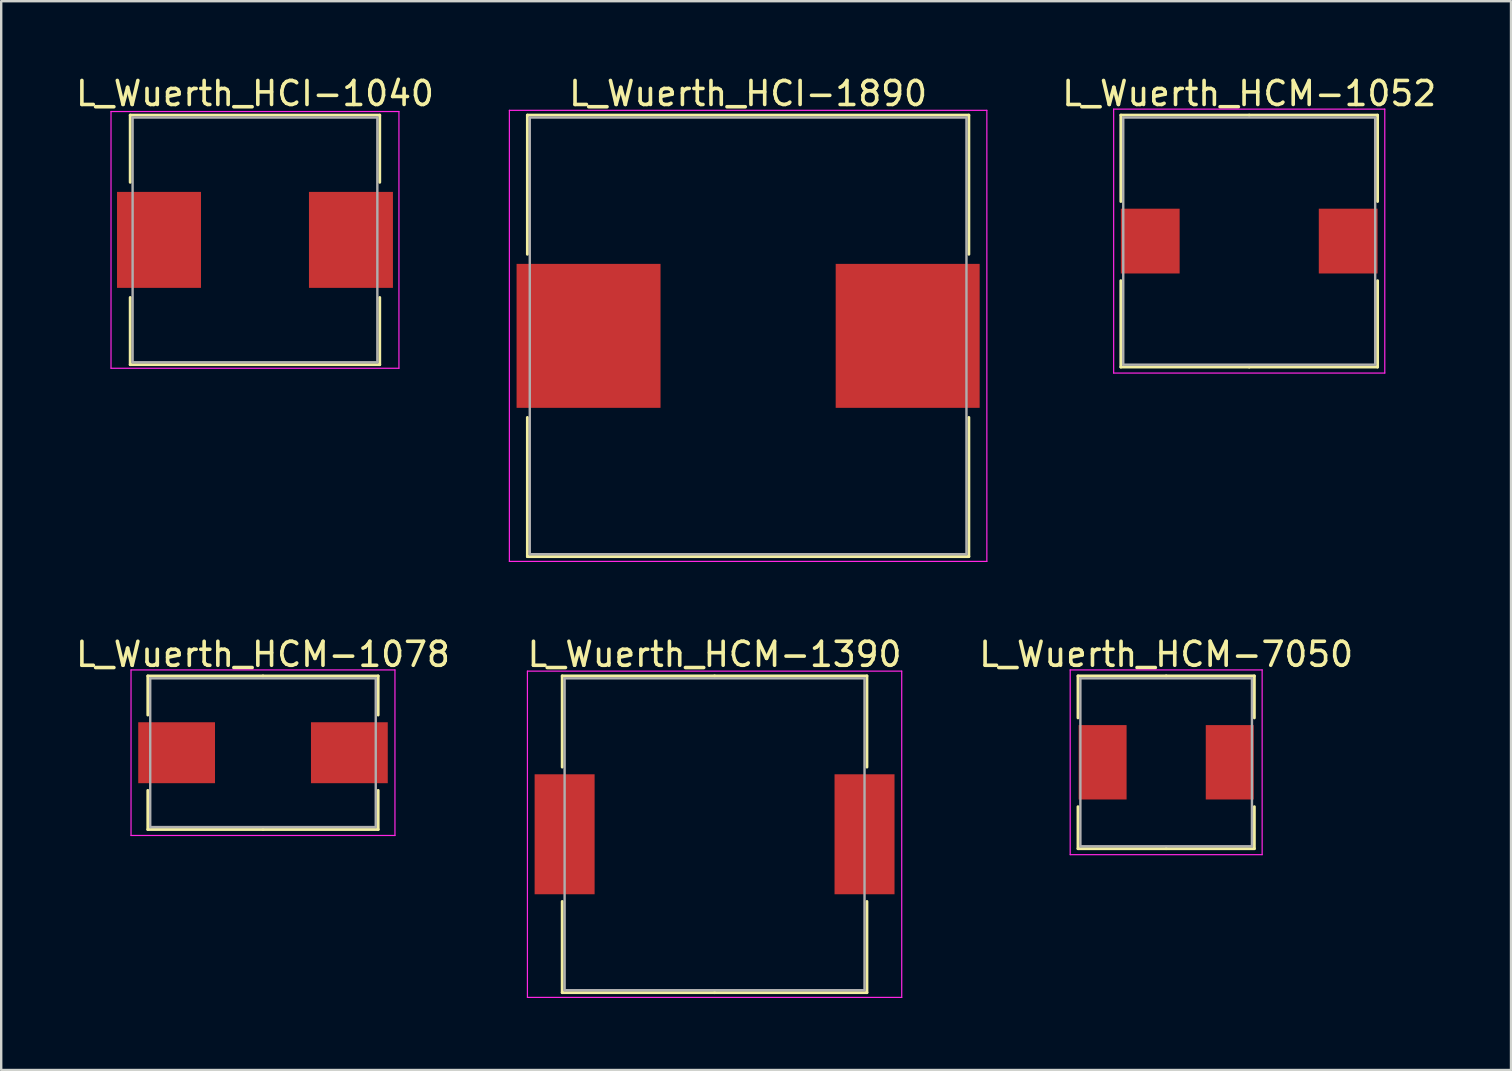
<source format=kicad_pcb>
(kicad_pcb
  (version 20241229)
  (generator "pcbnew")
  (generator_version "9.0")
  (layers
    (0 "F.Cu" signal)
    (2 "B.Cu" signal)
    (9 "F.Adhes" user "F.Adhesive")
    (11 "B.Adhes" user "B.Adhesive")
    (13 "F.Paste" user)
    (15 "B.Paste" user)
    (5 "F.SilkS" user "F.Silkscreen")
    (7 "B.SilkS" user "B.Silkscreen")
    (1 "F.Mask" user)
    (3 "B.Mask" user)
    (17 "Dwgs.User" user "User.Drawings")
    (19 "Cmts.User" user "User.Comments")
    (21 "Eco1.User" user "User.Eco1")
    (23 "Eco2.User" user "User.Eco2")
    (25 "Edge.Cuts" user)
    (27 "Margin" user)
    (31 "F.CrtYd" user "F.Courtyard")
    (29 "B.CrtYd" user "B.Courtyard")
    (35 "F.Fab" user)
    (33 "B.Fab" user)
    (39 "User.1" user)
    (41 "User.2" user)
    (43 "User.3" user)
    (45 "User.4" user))
  (footprint "L_Wuerth_HCM-1390"
    (layer "F.Cu")
    (at 26.732 31.721)
    (property "Reference" "L_Wuerth_HCM-1390" (at 0 -7.5 0) (layer "F.SilkS") (effects (font (size 1 1) (thickness 0.15))))
    (attr smd)
    (fp_line (start -6.35 -6.6) (end 0 -6.6) (stroke (width 0.12) (type solid)) (layer "F.SilkS"))
    (fp_line (start -6.35 -2.8) (end -6.35 -6.6) (stroke (width 0.12) (type solid)) (layer "F.SilkS"))
    (fp_line (start -6.35 2.8) (end -6.35 6.6) (stroke (width 0.12) (type solid)) (layer "F.SilkS"))
    (fp_line (start -6.35 6.6) (end 0 6.6) (stroke (width 0.12) (type solid)) (layer "F.SilkS"))
    (fp_line (start 6.35 -6.6) (end 0 -6.6) (stroke (width 0.12) (type solid)) (layer "F.SilkS"))
    (fp_line (start 6.35 -2.8) (end 6.35 -6.6) (stroke (width 0.12) (type solid)) (layer "F.SilkS"))
    (fp_line (start 6.35 2.8) (end 6.35 6.6) (stroke (width 0.12) (type solid)) (layer "F.SilkS"))
    (fp_line (start 6.35 6.6) (end 0 6.6) (stroke (width 0.12) (type solid)) (layer "F.SilkS"))
    (fp_line (start -7.8 -6.8) (end -7.8 6.8) (stroke (width 0.05) (type solid)) (layer "F.CrtYd"))
    (fp_line (start -7.8 6.8) (end 7.8 6.8) (stroke (width 0.05) (type solid)) (layer "F.CrtYd"))
    (fp_line (start 7.8 -6.8) (end -7.8 -6.8) (stroke (width 0.05) (type solid)) (layer "F.CrtYd"))
    (fp_line (start 7.8 6.8) (end 7.8 -6.8) (stroke (width 0.05) (type solid)) (layer "F.CrtYd"))
    (fp_line (start -6.25 -6.5) (end -6.25 6.5) (stroke (width 0.1) (type solid)) (layer "F.Fab"))
    (fp_line (start -6.25 6.5) (end 6.25 6.5) (stroke (width 0.1) (type solid)) (layer "F.Fab"))
    (fp_line (start 6.25 -6.5) (end -6.25 -6.5) (stroke (width 0.1) (type solid)) (layer "F.Fab"))
    (fp_line (start 6.25 6.5) (end 6.25 -6.5) (stroke (width 0.1) (type solid)) (layer "F.Fab"))
    (pad "1" smd rect (at -6.25 0) (size 2.5 5) (layers "F.Cu" "F.Mask" "F.Paste"))
    (pad "2" smd rect (at 6.25 0) (size 2.5 5) (layers "F.Cu" "F.Mask" "F.Paste")))
  (footprint "L_Wuerth_HCM-1052"
    (layer "F.Cu")
    (at 49.015 6.998)
    (property "Reference" "L_Wuerth_HCM-1052" (at 0 -6.15 0) (layer "F.SilkS") (effects (font (size 1 1) (thickness 0.15))))
    (attr smd)
    (fp_line (start -5.35 -5.25) (end 0 -5.25) (stroke (width 0.12) (type solid)) (layer "F.SilkS"))
    (fp_line (start -5.35 -1.65) (end -5.35 -5.25) (stroke (width 0.12) (type solid)) (layer "F.SilkS"))
    (fp_line (start -5.35 1.65) (end -5.35 5.25) (stroke (width 0.12) (type solid)) (layer "F.SilkS"))
    (fp_line (start -5.35 5.25) (end 0 5.25) (stroke (width 0.12) (type solid)) (layer "F.SilkS"))
    (fp_line (start 5.35 -5.25) (end 0 -5.25) (stroke (width 0.12) (type solid)) (layer "F.SilkS"))
    (fp_line (start 5.35 -1.65) (end 5.35 -5.25) (stroke (width 0.12) (type solid)) (layer "F.SilkS"))
    (fp_line (start 5.35 1.65) (end 5.35 5.25) (stroke (width 0.12) (type solid)) (layer "F.SilkS"))
    (fp_line (start 5.35 5.25) (end 0 5.25) (stroke (width 0.12) (type solid)) (layer "F.SilkS"))
    (fp_line (start -5.65 -5.5) (end -5.65 5.5) (stroke (width 0.05) (type solid)) (layer "F.CrtYd"))
    (fp_line (start -5.65 5.5) (end 5.65 5.5) (stroke (width 0.05) (type solid)) (layer "F.CrtYd"))
    (fp_line (start 5.65 -5.5) (end -5.65 -5.5) (stroke (width 0.05) (type solid)) (layer "F.CrtYd"))
    (fp_line (start 5.65 5.5) (end 5.65 -5.5) (stroke (width 0.05) (type solid)) (layer "F.CrtYd"))
    (fp_line (start -5.25 -5.15) (end -5.25 5.15) (stroke (width 0.1) (type solid)) (layer "F.Fab"))
    (fp_line (start -5.25 5.15) (end 5.25 5.15) (stroke (width 0.1) (type solid)) (layer "F.Fab"))
    (fp_line (start 5.25 -5.15) (end -5.25 -5.15) (stroke (width 0.1) (type solid)) (layer "F.Fab"))
    (fp_line (start 5.25 5.15) (end 5.25 -5.15) (stroke (width 0.1) (type solid)) (layer "F.Fab"))
    (pad "1" smd rect (at -4.125 0) (size 2.45 2.7) (layers "F.Cu" "F.Mask" "F.Paste"))
    (pad "2" smd rect (at 4.125 0) (size 2.45 2.7) (layers "F.Cu" "F.Mask" "F.Paste")))
  (footprint "L_Wuerth_HCI-1040"
    (layer "F.Cu")
    (at 7.577 6.948)
    (property "Reference" "L_Wuerth_HCI-1040" (at 0 -6.1 0) (layer "F.SilkS") (effects (font (size 1 1) (thickness 0.15))))
    (attr smd)
    (fp_line (start -5.2 -5.2) (end 5.2 -5.2) (stroke (width 0.12) (type solid)) (layer "F.SilkS"))
    (fp_line (start -5.2 -2.4) (end -5.2 -5.2) (stroke (width 0.12) (type solid)) (layer "F.SilkS"))
    (fp_line (start -5.2 2.4) (end -5.2 5.2) (stroke (width 0.12) (type solid)) (layer "F.SilkS"))
    (fp_line (start -5.2 5.2) (end 5.2 5.2) (stroke (width 0.12) (type solid)) (layer "F.SilkS"))
    (fp_line (start 5.2 -5.2) (end 5.2 -2.4) (stroke (width 0.12) (type solid)) (layer "F.SilkS"))
    (fp_line (start 5.2 5.2) (end 5.2 2.4) (stroke (width 0.12) (type solid)) (layer "F.SilkS"))
    (fp_line (start -6 -5.35) (end -6 5.35) (stroke (width 0.05) (type solid)) (layer "F.CrtYd"))
    (fp_line (start -6 5.35) (end 6 5.35) (stroke (width 0.05) (type solid)) (layer "F.CrtYd"))
    (fp_line (start 6 -5.35) (end -6 -5.35) (stroke (width 0.05) (type solid)) (layer "F.CrtYd"))
    (fp_line (start 6 5.35) (end 6 -5.35) (stroke (width 0.05) (type solid)) (layer "F.CrtYd"))
    (fp_line (start -5.1 -5.1) (end -5.1 5.1) (stroke (width 0.1) (type solid)) (layer "F.Fab"))
    (fp_line (start -5.1 5.1) (end 5.1 5.1) (stroke (width 0.1) (type solid)) (layer "F.Fab"))
    (fp_line (start 5.1 -5.1) (end -5.1 -5.1) (stroke (width 0.1) (type solid)) (layer "F.Fab"))
    (fp_line (start 5.1 5.1) (end 5.1 -5.1) (stroke (width 0.1) (type solid)) (layer "F.Fab"))
    (pad "1" smd rect (at -4 0) (size 3.5 4) (layers "F.Cu" "F.Mask" "F.Paste"))
    (pad "2" smd rect (at 4 0) (size 3.5 4) (layers "F.Cu" "F.Mask" "F.Paste")))
  (footprint "L_Wuerth_HCM-1078"
    (layer "F.Cu")
    (at 7.911 28.322)
    (property "Reference" "L_Wuerth_HCM-1078" (at 0 -4.1 0) (layer "F.SilkS") (effects (font (size 1 1) (thickness 0.15))))
    (attr smd)
    (fp_line (start -4.8 -3.2) (end 0 -3.2) (stroke (width 0.12) (type solid)) (layer "F.SilkS"))
    (fp_line (start -4.8 -1.57) (end -4.8 -3.2) (stroke (width 0.12) (type solid)) (layer "F.SilkS"))
    (fp_line (start -4.8 1.57) (end -4.8 3.2) (stroke (width 0.12) (type solid)) (layer "F.SilkS"))
    (fp_line (start -4.8 3.2) (end 0 3.2) (stroke (width 0.12) (type solid)) (layer "F.SilkS"))
    (fp_line (start 4.8 -3.2) (end 0 -3.2) (stroke (width 0.12) (type solid)) (layer "F.SilkS"))
    (fp_line (start 4.8 -1.57) (end 4.8 -3.2) (stroke (width 0.12) (type solid)) (layer "F.SilkS"))
    (fp_line (start 4.8 1.57) (end 4.8 3.2) (stroke (width 0.12) (type solid)) (layer "F.SilkS"))
    (fp_line (start 4.8 3.2) (end 0 3.2) (stroke (width 0.12) (type solid)) (layer "F.SilkS"))
    (fp_line (start -5.5 -3.45) (end -5.5 3.45) (stroke (width 0.05) (type solid)) (layer "F.CrtYd"))
    (fp_line (start -5.5 3.45) (end 5.5 3.45) (stroke (width 0.05) (type solid)) (layer "F.CrtYd"))
    (fp_line (start 5.5 -3.45) (end -5.5 -3.45) (stroke (width 0.05) (type solid)) (layer "F.CrtYd"))
    (fp_line (start 5.5 3.45) (end 5.5 -3.45) (stroke (width 0.05) (type solid)) (layer "F.CrtYd"))
    (fp_line (start -4.7 -3.1) (end -4.7 3.1) (stroke (width 0.1) (type solid)) (layer "F.Fab"))
    (fp_line (start -4.7 3.1) (end 4.7 3.1) (stroke (width 0.1) (type solid)) (layer "F.Fab"))
    (fp_line (start 4.7 -3.1) (end -4.7 -3.1) (stroke (width 0.1) (type solid)) (layer "F.Fab"))
    (fp_line (start 4.7 3.1) (end 4.7 -3.1) (stroke (width 0.1) (type solid)) (layer "F.Fab"))
    (pad "1" smd rect (at -3.6 0) (size 3.2 2.54) (layers "F.Cu" "F.Mask" "F.Paste"))
    (pad "2" smd rect (at 3.6 0) (size 3.2 2.54) (layers "F.Cu" "F.Mask" "F.Paste")))
  (footprint "L_Wuerth_HCI-1890"
    (layer "F.Cu")
    (at 28.13 10.948)
    (property "Reference" "L_Wuerth_HCI-1890" (at 0 -10.1 0) (layer "F.SilkS") (effects (font (size 1 1) (thickness 0.15))))
    (attr smd)
    (fp_line (start -9.2 -9.2) (end 9.2 -9.2) (stroke (width 0.12) (type solid)) (layer "F.SilkS"))
    (fp_line (start -9.2 -3.4) (end -9.2 -9.2) (stroke (width 0.12) (type solid)) (layer "F.SilkS"))
    (fp_line (start -9.2 3.4) (end -9.2 9.2) (stroke (width 0.12) (type solid)) (layer "F.SilkS"))
    (fp_line (start -9.2 9.2) (end 9.2 9.2) (stroke (width 0.12) (type solid)) (layer "F.SilkS"))
    (fp_line (start 9.2 -9.2) (end 9.2 -3.4) (stroke (width 0.12) (type solid)) (layer "F.SilkS"))
    (fp_line (start 9.2 9.2) (end 9.2 3.4) (stroke (width 0.12) (type solid)) (layer "F.SilkS"))
    (fp_line (start -9.95 -9.4) (end -9.95 9.4) (stroke (width 0.05) (type solid)) (layer "F.CrtYd"))
    (fp_line (start -9.95 9.4) (end 9.95 9.4) (stroke (width 0.05) (type solid)) (layer "F.CrtYd"))
    (fp_line (start 9.95 -9.4) (end -9.95 -9.4) (stroke (width 0.05) (type solid)) (layer "F.CrtYd"))
    (fp_line (start 9.95 9.4) (end 9.95 -9.4) (stroke (width 0.05) (type solid)) (layer "F.CrtYd"))
    (fp_line (start -9.1 -9.1) (end -9.1 9.1) (stroke (width 0.1) (type solid)) (layer "F.Fab"))
    (fp_line (start -9.1 9.1) (end 9.1 9.1) (stroke (width 0.1) (type solid)) (layer "F.Fab"))
    (fp_line (start 9.1 -9.1) (end -9.1 -9.1) (stroke (width 0.1) (type solid)) (layer "F.Fab"))
    (fp_line (start 9.1 9.1) (end 9.1 -9.1) (stroke (width 0.1) (type solid)) (layer "F.Fab"))
    (pad "1" smd rect (at -6.65 0) (size 6 6) (layers "F.Cu" "F.Mask" "F.Paste"))
    (pad "2" smd rect (at 6.65 0) (size 6 6) (layers "F.Cu" "F.Mask" "F.Paste")))
  (footprint "L_Wuerth_HCM-7050"
    (layer "F.Cu")
    (at 45.554 28.721)
    (property "Reference" "L_Wuerth_HCM-7050" (at 0 -4.5 0) (layer "F.SilkS") (effects (font (size 1 1) (thickness 0.15))))
    (attr smd)
    (fp_line (start -3.675 -3.6) (end 0 -3.6) (stroke (width 0.12) (type solid)) (layer "F.SilkS"))
    (fp_line (start -3.675 -1.85) (end -3.675 -3.6) (stroke (width 0.12) (type solid)) (layer "F.SilkS"))
    (fp_line (start -3.675 1.85) (end -3.675 3.6) (stroke (width 0.12) (type solid)) (layer "F.SilkS"))
    (fp_line (start -3.675 3.6) (end 0 3.6) (stroke (width 0.12) (type solid)) (layer "F.SilkS"))
    (fp_line (start 3.675 -3.6) (end 0 -3.6) (stroke (width 0.12) (type solid)) (layer "F.SilkS"))
    (fp_line (start 3.675 -1.85) (end 3.675 -3.6) (stroke (width 0.12) (type solid)) (layer "F.SilkS"))
    (fp_line (start 3.675 1.85) (end 3.675 3.6) (stroke (width 0.12) (type solid)) (layer "F.SilkS"))
    (fp_line (start 3.675 3.6) (end 0 3.6) (stroke (width 0.12) (type solid)) (layer "F.SilkS"))
    (fp_line (start -4 -3.85) (end -4 3.85) (stroke (width 0.05) (type solid)) (layer "F.CrtYd"))
    (fp_line (start -4 3.85) (end 4 3.85) (stroke (width 0.05) (type solid)) (layer "F.CrtYd"))
    (fp_line (start 4 -3.85) (end -4 -3.85) (stroke (width 0.05) (type solid)) (layer "F.CrtYd"))
    (fp_line (start 4 3.85) (end 4 -3.85) (stroke (width 0.05) (type solid)) (layer "F.CrtYd"))
    (fp_line (start -3.575 -3.5) (end -3.575 3.5) (stroke (width 0.1) (type solid)) (layer "F.Fab"))
    (fp_line (start -3.575 3.5) (end 3.575 3.5) (stroke (width 0.1) (type solid)) (layer "F.Fab"))
    (fp_line (start 3.575 -3.5) (end -3.575 -3.5) (stroke (width 0.1) (type solid)) (layer "F.Fab"))
    (fp_line (start 3.575 3.5) (end 3.575 -3.5) (stroke (width 0.1) (type solid)) (layer "F.Fab"))
    (pad "1" smd rect (at -2.65 0) (size 2 3.1) (layers "F.Cu" "F.Mask" "F.Paste"))
    (pad "2" smd rect (at 2.65 0) (size 2 3.1) (layers "F.Cu" "F.Mask" "F.Paste")))
  (gr_rect
    (start -3 -3)
    (end 59.926 41.547)
    (stroke (width 0.1) (type default))
    (fill no)
    (layer "Edge.Cuts")))
</source>
